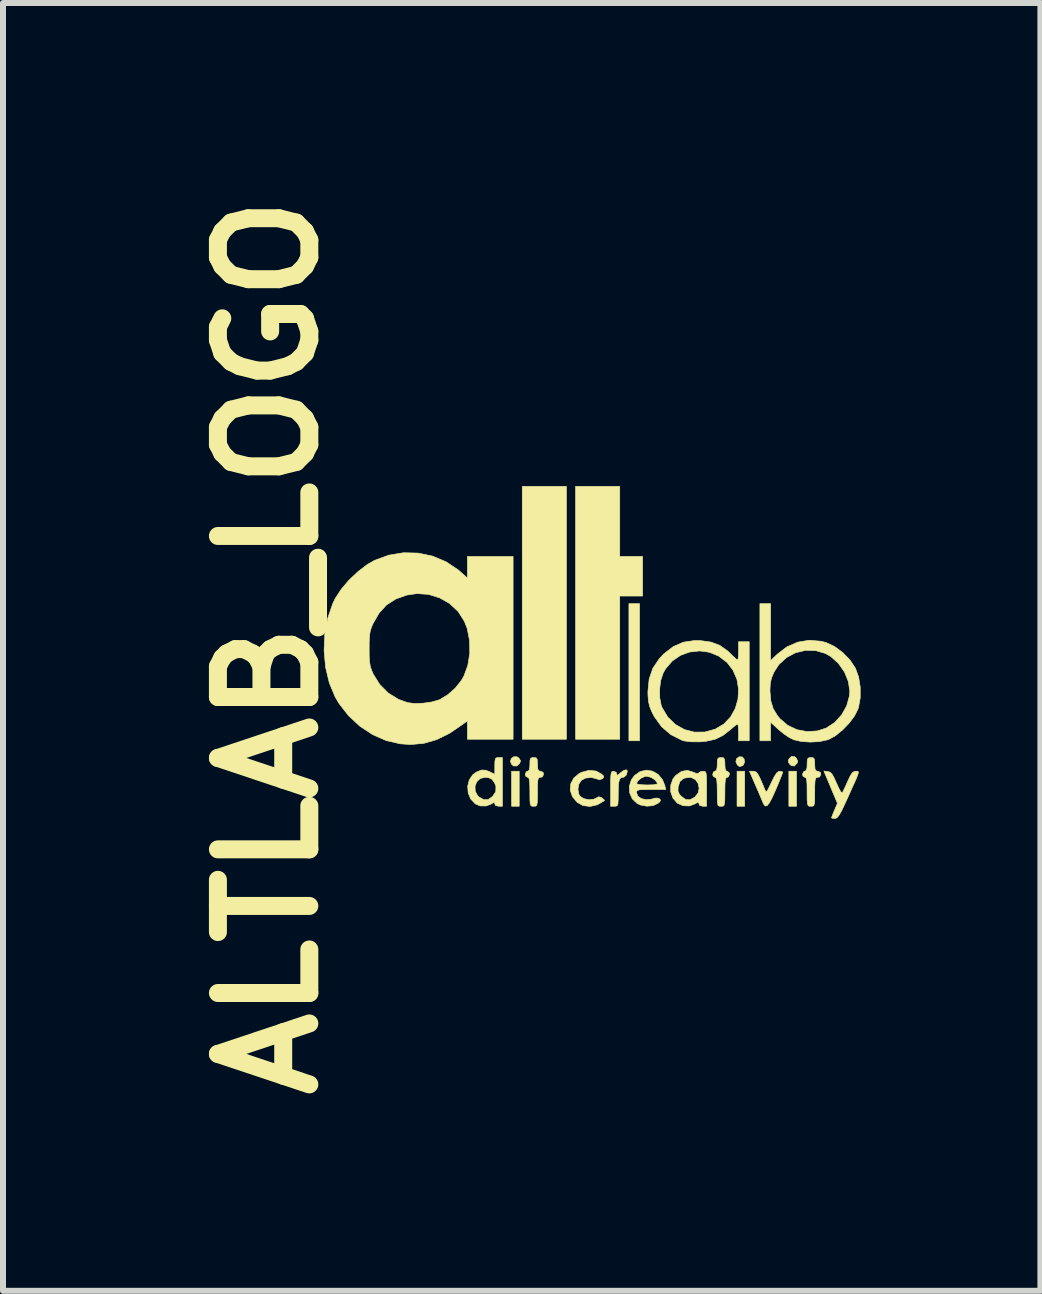
<source format=kicad_pcb>
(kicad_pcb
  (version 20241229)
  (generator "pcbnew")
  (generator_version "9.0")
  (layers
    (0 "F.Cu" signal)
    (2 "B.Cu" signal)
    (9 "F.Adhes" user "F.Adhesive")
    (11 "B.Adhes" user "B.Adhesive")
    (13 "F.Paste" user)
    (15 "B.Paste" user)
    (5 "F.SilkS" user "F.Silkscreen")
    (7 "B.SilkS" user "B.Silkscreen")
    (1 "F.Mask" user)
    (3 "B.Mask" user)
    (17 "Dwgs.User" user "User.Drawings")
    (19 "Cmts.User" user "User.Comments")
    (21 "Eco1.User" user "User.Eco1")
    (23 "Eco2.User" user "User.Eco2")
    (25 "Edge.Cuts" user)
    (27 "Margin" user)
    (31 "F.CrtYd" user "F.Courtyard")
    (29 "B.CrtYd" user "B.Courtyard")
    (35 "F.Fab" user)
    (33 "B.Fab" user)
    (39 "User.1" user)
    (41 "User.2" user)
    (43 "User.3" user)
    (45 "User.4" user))
  (footprint "ALTLAB_LOGO"
    (layer "F.Cu")
    (at 6.826 7.828)
    (property "Reference" "ALTLAB_LOGO" (at -5.408 -0.091 90) (layer "F.SilkS") (effects (font (size 1.524 1.524) (thickness 0.3))))
    (attr through_hole)
    (fp_poly (pts (xy -1.219 2.565) (xy -1.346 2.565) (xy -1.346 1.981) (xy -1.219 1.981) (xy -1.219 2.565)) (stroke (width 0.01) (type solid)) (fill yes) (layer "F.SilkS"))
    (fp_poly (pts (xy -0.432 1.448) (xy -1.168 1.448) (xy -1.168 -2.769) (xy -0.432 -2.769) (xy -0.432 1.448)) (stroke (width 0.01) (type solid)) (fill yes) (layer "F.SilkS"))
    (fp_poly (pts (xy 0.787 1.473) (xy 0.61 1.473) (xy 0.61 -0.813) (xy 0.787 -0.813) (xy 0.787 1.473)) (stroke (width 0.01) (type solid)) (fill yes) (layer "F.SilkS"))
    (fp_poly (pts (xy 2.54 2.565) (xy 2.413 2.565) (xy 2.413 1.981) (xy 2.54 1.981) (xy 2.54 2.565)) (stroke (width 0.01) (type solid)) (fill yes) (layer "F.SilkS"))
    (fp_poly (pts (xy 3.404 2.565) (xy 3.277 2.565) (xy 3.277 1.981) (xy 3.404 1.981) (xy 3.404 2.565)) (stroke (width 0.01) (type solid)) (fill yes) (layer "F.SilkS"))
    (fp_poly (pts (xy 0.457 -1.6) (xy 0.838 -1.6) (xy 0.838 -0.94) (xy 0.457 -0.94) (xy 0.457 1.448) (xy -0.279 1.448) (xy -0.279 -2.769) (xy 0.457 -2.769) (xy 0.457 -1.6)) (stroke (width 0.01) (type solid)) (fill yes) (layer "F.SilkS"))
    (fp_poly (pts (xy -1.257 1.74) (xy -1.224 1.762) (xy -1.197 1.806) (xy -1.21 1.848) (xy -1.259 1.893) (xy -1.313 1.893) (xy -1.345 1.868) (xy -1.366 1.815) (xy -1.35 1.768) (xy -1.309 1.739) (xy -1.257 1.74)) (stroke (width 0.01) (type solid)) (fill yes) (layer "F.SilkS"))
    (fp_poly (pts (xy 3.372 1.738) (xy 3.405 1.767) (xy 3.425 1.817) (xy 3.413 1.848) (xy 3.368 1.894) (xy 3.32 1.888) (xy 3.292 1.866) (xy 3.265 1.82) (xy 3.278 1.776) (xy 3.321 1.733) (xy 3.372 1.738)) (stroke (width 0.01) (type solid)) (fill yes) (layer "F.SilkS"))
    (fp_poly (pts (xy 2.499 1.742) (xy 2.531 1.777) (xy 2.538 1.83) (xy 2.518 1.877) (xy 2.5 1.89) (xy 2.461 1.903) (xy 2.438 1.894) (xy 2.418 1.875) (xy 2.393 1.823) (xy 2.405 1.773) (xy 2.444 1.741) (xy 2.499 1.742)) (stroke (width 0.01) (type solid)) (fill yes) (layer "F.SilkS"))
    (fp_poly (pts (xy 0.584 1.976) (xy 0.584 1.979) (xy 0.568 2.043) (xy 0.527 2.08) (xy 0.508 2.083) (xy 0.474 2.091) (xy 0.452 2.121) (xy 0.438 2.18) (xy 0.433 2.277) (xy 0.432 2.364) (xy 0.431 2.464) (xy 0.427 2.524) (xy 0.416 2.554) (xy 0.394 2.564) (xy 0.368 2.565) (xy 0.305 2.565) (xy 0.305 2.273) (xy 0.305 2.148) (xy 0.308 2.064) (xy 0.314 2.015) (xy 0.325 1.99) (xy 0.343 1.982) (xy 0.356 1.981) (xy 0.398 1.999) (xy 0.406 2.024) (xy 0.412 2.048) (xy 0.435 2.038) (xy 0.465 2.011) (xy 0.521 1.969) (xy 0.565 1.956) (xy 0.584 1.976)) (stroke (width 0.01) (type solid)) (fill yes) (layer "F.SilkS"))
    (fp_poly (pts (xy 2.712 1.985) (xy 2.737 2) (xy 2.764 2.035) (xy 2.796 2.098) (xy 2.838 2.194) (xy 2.876 2.286) (xy 2.89 2.315) (xy 2.905 2.319) (xy 2.925 2.293) (xy 2.957 2.23) (xy 2.987 2.165) (xy 3.036 2.067) (xy 3.074 2.009) (xy 3.108 1.984) (xy 3.123 1.981) (xy 3.165 1.988) (xy 3.175 1.997) (xy 3.166 2.025) (xy 3.14 2.09) (xy 3.103 2.183) (xy 3.058 2.289) (xy 2.998 2.423) (xy 2.95 2.512) (xy 2.912 2.557) (xy 2.881 2.56) (xy 2.854 2.526) (xy 2.847 2.508) (xy 2.827 2.461) (xy 2.793 2.38) (xy 2.75 2.28) (xy 2.722 2.216) (xy 2.62 1.981) (xy 2.683 1.981) (xy 2.712 1.985)) (stroke (width 0.01) (type solid)) (fill yes) (layer "F.SilkS"))
    (fp_poly (pts (xy 0.063 1.978) (xy 0.153 2.028) (xy 0.19 2.063) (xy 0.187 2.088) (xy 0.169 2.105) (xy 0.121 2.124) (xy 0.079 2.11) (xy -0.014 2.085) (xy -0.112 2.095) (xy -0.18 2.13) (xy -0.224 2.194) (xy -0.24 2.279) (xy -0.226 2.362) (xy -0.206 2.397) (xy -0.143 2.438) (xy -0.059 2.456) (xy 0.025 2.447) (xy 0.058 2.431) (xy 0.108 2.407) (xy 0.147 2.417) (xy 0.164 2.428) (xy 0.197 2.458) (xy 0.201 2.472) (xy 0.083 2.541) (xy -0.039 2.568) (xy -0.157 2.553) (xy -0.252 2.5) (xy -0.332 2.405) (xy -0.368 2.299) (xy -0.36 2.193) (xy -0.31 2.096) (xy -0.219 2.019) (xy -0.183 2.001) (xy -0.055 1.966) (xy 0.063 1.978)) (stroke (width 0.01) (type solid)) (fill yes) (layer "F.SilkS"))
    (fp_poly (pts (xy 3.927 1.986) (xy 3.964 1.997) (xy 3.996 2.028) (xy 4.03 2.087) (xy 4.071 2.179) (xy 4.109 2.263) (xy 4.141 2.321) (xy 4.162 2.345) (xy 4.165 2.344) (xy 4.183 2.312) (xy 4.214 2.247) (xy 4.252 2.162) (xy 4.256 2.153) (xy 4.299 2.062) (xy 4.332 2.01) (xy 4.364 1.986) (xy 4.391 1.982) (xy 4.414 1.981) (xy 4.43 1.984) (xy 4.436 1.996) (xy 4.431 2.024) (xy 4.413 2.074) (xy 4.38 2.152) (xy 4.329 2.264) (xy 4.261 2.416) (xy 4.26 2.419) (xy 4.197 2.555) (xy 4.15 2.652) (xy 4.114 2.715) (xy 4.085 2.75) (xy 4.06 2.766) (xy 4.045 2.768) (xy 4 2.764) (xy 3.988 2.758) (xy 3.997 2.731) (xy 4.02 2.672) (xy 4.037 2.632) (xy 4.087 2.516) (xy 3.974 2.247) (xy 3.861 1.978) (xy 3.927 1.986)) (stroke (width 0.01) (type solid)) (fill yes) (layer "F.SilkS"))
    (fp_poly (pts (xy 2.185 1.757) (xy 2.204 1.781) (xy 2.21 1.836) (xy 2.21 1.867) (xy 2.215 1.942) (xy 2.232 1.977) (xy 2.248 1.981) (xy 2.279 2.002) (xy 2.286 2.032) (xy 2.27 2.073) (xy 2.248 2.083) (xy 2.23 2.091) (xy 2.218 2.123) (xy 2.212 2.186) (xy 2.21 2.289) (xy 2.21 2.324) (xy 2.209 2.436) (xy 2.206 2.506) (xy 2.198 2.545) (xy 2.183 2.562) (xy 2.157 2.565) (xy 2.146 2.565) (xy 2.117 2.564) (xy 2.098 2.552) (xy 2.088 2.522) (xy 2.084 2.462) (xy 2.083 2.365) (xy 2.083 2.324) (xy 2.081 2.209) (xy 2.076 2.136) (xy 2.066 2.097) (xy 2.05 2.083) (xy 2.045 2.083) (xy 2.014 2.062) (xy 2.007 2.032) (xy 2.022 1.991) (xy 2.045 1.981) (xy 2.07 1.966) (xy 2.081 1.915) (xy 2.083 1.867) (xy 2.085 1.796) (xy 2.098 1.763) (xy 2.129 1.753) (xy 2.146 1.753) (xy 2.185 1.757)) (stroke (width 0.01) (type solid)) (fill yes) (layer "F.SilkS"))
    (fp_poly (pts (xy -1.499 2.565) (xy -1.562 2.565) (xy -1.614 2.552) (xy -1.626 2.526) (xy -1.63 2.501) (xy -1.653 2.506) (xy -1.682 2.526) (xy -1.77 2.56) (xy -1.87 2.559) (xy -1.95 2.526) (xy -2.028 2.444) (xy -2.07 2.342) (xy -2.078 2.233) (xy -1.956 2.233) (xy -1.952 2.313) (xy -1.914 2.387) (xy -1.889 2.411) (xy -1.808 2.456) (xy -1.736 2.453) (xy -1.663 2.402) (xy -1.663 2.401) (xy -1.61 2.321) (xy -1.607 2.235) (xy -1.629 2.176) (xy -1.672 2.116) (xy -1.728 2.089) (xy -1.796 2.083) (xy -1.873 2.104) (xy -1.928 2.158) (xy -1.956 2.233) (xy -2.078 2.233) (xy -2.078 2.232) (xy -2.052 2.127) (xy -1.993 2.039) (xy -1.931 1.994) (xy -1.848 1.961) (xy -1.776 1.964) (xy -1.701 1.995) (xy -1.626 2.033) (xy -1.626 1.893) (xy -1.624 1.813) (xy -1.615 1.771) (xy -1.594 1.755) (xy -1.562 1.753) (xy -1.499 1.753) (xy -1.499 2.565)) (stroke (width 0.01) (type solid)) (fill yes) (layer "F.SilkS"))
    (fp_poly (pts (xy -0.939 1.757) (xy -0.92 1.781) (xy -0.915 1.836) (xy -0.914 1.867) (xy -0.911 1.938) (xy -0.897 1.972) (xy -0.867 1.981) (xy -0.864 1.981) (xy -0.821 1.999) (xy -0.813 2.032) (xy -0.831 2.074) (xy -0.864 2.083) (xy -0.887 2.086) (xy -0.902 2.104) (xy -0.91 2.144) (xy -0.914 2.216) (xy -0.914 2.324) (xy -0.915 2.436) (xy -0.918 2.506) (xy -0.926 2.545) (xy -0.941 2.562) (xy -0.967 2.565) (xy -0.978 2.565) (xy -1.007 2.564) (xy -1.026 2.552) (xy -1.036 2.522) (xy -1.04 2.462) (xy -1.041 2.365) (xy -1.041 2.324) (xy -1.043 2.209) (xy -1.048 2.136) (xy -1.058 2.097) (xy -1.074 2.083) (xy -1.079 2.083) (xy -1.111 2.062) (xy -1.118 2.032) (xy -1.102 1.991) (xy -1.079 1.981) (xy -1.054 1.966) (xy -1.043 1.915) (xy -1.041 1.867) (xy -1.039 1.796) (xy -1.026 1.763) (xy -0.995 1.753) (xy -0.978 1.753) (xy -0.939 1.757)) (stroke (width 0.01) (type solid)) (fill yes) (layer "F.SilkS"))
    (fp_poly (pts (xy 3.684 1.757) (xy 3.703 1.781) (xy 3.708 1.836) (xy 3.708 1.867) (xy 3.712 1.938) (xy 3.726 1.972) (xy 3.756 1.981) (xy 3.759 1.981) (xy 3.802 1.999) (xy 3.81 2.032) (xy 3.792 2.074) (xy 3.759 2.083) (xy 3.736 2.086) (xy 3.721 2.104) (xy 3.713 2.144) (xy 3.709 2.216) (xy 3.708 2.324) (xy 3.708 2.436) (xy 3.705 2.506) (xy 3.697 2.545) (xy 3.681 2.562) (xy 3.656 2.565) (xy 3.645 2.565) (xy 3.615 2.564) (xy 3.597 2.552) (xy 3.587 2.522) (xy 3.582 2.462) (xy 3.581 2.365) (xy 3.581 2.324) (xy 3.58 2.209) (xy 3.575 2.136) (xy 3.565 2.097) (xy 3.549 2.083) (xy 3.543 2.083) (xy 3.512 2.062) (xy 3.505 2.032) (xy 3.521 1.991) (xy 3.543 1.981) (xy 3.568 1.966) (xy 3.58 1.915) (xy 3.581 1.867) (xy 3.584 1.796) (xy 3.597 1.763) (xy 3.628 1.753) (xy 3.645 1.753) (xy 3.684 1.757)) (stroke (width 0.01) (type solid)) (fill yes) (layer "F.SilkS"))
    (fp_poly (pts (xy 1.679 1.995) (xy 1.742 2.021) (xy 1.771 2.013) (xy 1.773 2.01) (xy 1.802 1.988) (xy 1.844 1.981) (xy 1.87 1.983) (xy 1.887 1.993) (xy 1.898 2.02) (xy 1.903 2.074) (xy 1.905 2.162) (xy 1.905 2.273) (xy 1.905 2.565) (xy 1.841 2.565) (xy 1.79 2.551) (xy 1.778 2.524) (xy 1.774 2.498) (xy 1.752 2.502) (xy 1.715 2.524) (xy 1.619 2.56) (xy 1.512 2.556) (xy 1.418 2.513) (xy 1.344 2.429) (xy 1.307 2.324) (xy 1.307 2.312) (xy 1.428 2.312) (xy 1.452 2.366) (xy 1.482 2.398) (xy 1.556 2.452) (xy 1.628 2.457) (xy 1.708 2.414) (xy 1.711 2.411) (xy 1.764 2.343) (xy 1.781 2.264) (xy 1.764 2.185) (xy 1.719 2.121) (xy 1.649 2.086) (xy 1.616 2.083) (xy 1.521 2.099) (xy 1.461 2.152) (xy 1.431 2.24) (xy 1.428 2.312) (xy 1.307 2.312) (xy 1.308 2.211) (xy 1.346 2.107) (xy 1.391 2.051) (xy 1.487 1.984) (xy 1.582 1.966) (xy 1.679 1.995)) (stroke (width 0.01) (type solid)) (fill yes) (layer "F.SilkS"))
    (fp_poly (pts (xy 1.004 1.98) (xy 1.097 2.034) (xy 1.17 2.122) (xy 1.208 2.216) (xy 1.225 2.286) (xy 0.981 2.286) (xy 0.868 2.287) (xy 0.796 2.29) (xy 0.757 2.299) (xy 0.74 2.314) (xy 0.737 2.336) (xy 0.759 2.397) (xy 0.817 2.437) (xy 0.899 2.455) (xy 0.994 2.445) (xy 1.041 2.43) (xy 1.094 2.429) (xy 1.118 2.439) (xy 1.139 2.462) (xy 1.124 2.49) (xy 1.096 2.515) (xy 1.014 2.554) (xy 0.91 2.564) (xy 0.804 2.544) (xy 0.747 2.518) (xy 0.666 2.441) (xy 0.623 2.342) (xy 0.617 2.232) (xy 0.632 2.186) (xy 0.737 2.186) (xy 0.76 2.198) (xy 0.821 2.206) (xy 0.908 2.21) (xy 0.917 2.21) (xy 1.018 2.207) (xy 1.073 2.197) (xy 1.087 2.181) (xy 1.086 2.18) (xy 1.046 2.125) (xy 0.978 2.083) (xy 0.906 2.064) (xy 0.88 2.067) (xy 0.814 2.096) (xy 0.761 2.14) (xy 0.737 2.184) (xy 0.737 2.186) (xy 0.632 2.186) (xy 0.651 2.124) (xy 0.702 2.054) (xy 0.796 1.987) (xy 0.9 1.963) (xy 1.004 1.98)) (stroke (width 0.01) (type solid)) (fill yes) (layer "F.SilkS"))
    (fp_poly (pts (xy 2.972 0.138) (xy 3.08 0.033) (xy 3.243 -0.092) (xy 3.424 -0.171) (xy 3.617 -0.203) (xy 3.816 -0.186) (xy 3.899 -0.164) (xy 4.038 -0.099) (xy 4.175 0.002) (xy 4.297 0.128) (xy 4.387 0.264) (xy 4.387 0.264) (xy 4.44 0.41) (xy 4.467 0.58) (xy 4.467 0.755) (xy 4.439 0.915) (xy 4.429 0.945) (xy 4.371 1.06) (xy 4.281 1.18) (xy 4.171 1.294) (xy 4.054 1.389) (xy 3.942 1.451) (xy 3.926 1.456) (xy 3.791 1.486) (xy 3.635 1.495) (xy 3.481 1.484) (xy 3.359 1.456) (xy 3.284 1.419) (xy 3.194 1.358) (xy 3.111 1.291) (xy 2.972 1.163) (xy 2.972 1.473) (xy 2.794 1.473) (xy 2.794 0.617) (xy 2.962 0.617) (xy 2.962 0.647) (xy 2.976 0.807) (xy 3.015 0.937) (xy 3.087 1.055) (xy 3.127 1.104) (xy 3.257 1.215) (xy 3.411 1.288) (xy 3.58 1.32) (xy 3.752 1.309) (xy 3.9 1.261) (xy 4.041 1.169) (xy 4.157 1.041) (xy 4.242 0.889) (xy 4.287 0.725) (xy 4.293 0.648) (xy 4.269 0.485) (xy 4.204 0.326) (xy 4.104 0.184) (xy 3.979 0.07) (xy 3.886 0.017) (xy 3.72 -0.031) (xy 3.551 -0.034) (xy 3.387 0.006) (xy 3.238 0.085) (xy 3.113 0.199) (xy 3.03 0.326) (xy 2.989 0.422) (xy 2.968 0.51) (xy 2.962 0.617) (xy 2.794 0.617) (xy 2.794 -0.813) (xy 2.972 -0.813) (xy 2.972 0.138)) (stroke (width 0.01) (type solid)) (fill yes) (layer "F.SilkS"))
    (fp_poly (pts (xy 1.803 -0.197) (xy 1.98 -0.172) (xy 2.126 -0.117) (xy 2.257 -0.024) (xy 2.309 0.026) (xy 2.366 0.082) (xy 2.408 0.118) (xy 2.423 0.127) (xy 2.431 0.104) (xy 2.437 0.044) (xy 2.438 -0.025) (xy 2.438 -0.178) (xy 2.616 -0.178) (xy 2.616 1.473) (xy 2.438 1.473) (xy 2.438 1.333) (xy 2.436 1.257) (xy 2.429 1.206) (xy 2.422 1.194) (xy 2.396 1.209) (xy 2.346 1.249) (xy 2.309 1.282) (xy 2.178 1.384) (xy 2.045 1.449) (xy 1.894 1.482) (xy 1.791 1.491) (xy 1.645 1.49) (xy 1.533 1.476) (xy 1.496 1.465) (xy 1.309 1.371) (xy 1.156 1.24) (xy 1.033 1.07) (xy 0.993 0.992) (xy 0.956 0.902) (xy 0.936 0.816) (xy 0.928 0.712) (xy 0.927 0.648) (xy 0.931 0.609) (xy 1.122 0.609) (xy 1.124 0.755) (xy 1.148 0.882) (xy 1.162 0.918) (xy 1.258 1.078) (xy 1.385 1.201) (xy 1.535 1.286) (xy 1.701 1.329) (xy 1.876 1.327) (xy 2.05 1.279) (xy 2.193 1.194) (xy 2.305 1.076) (xy 2.384 0.934) (xy 2.429 0.776) (xy 2.438 0.611) (xy 2.411 0.447) (xy 2.344 0.294) (xy 2.246 0.167) (xy 2.107 0.061) (xy 1.951 -0.003) (xy 1.788 -0.025) (xy 1.625 -0.007) (xy 1.47 0.049) (xy 1.333 0.143) (xy 1.222 0.272) (xy 1.181 0.344) (xy 1.141 0.465) (xy 1.122 0.609) (xy 0.931 0.609) (xy 0.948 0.443) (xy 1.01 0.263) (xy 1.119 0.102) (xy 1.197 0.02) (xy 1.351 -0.098) (xy 1.516 -0.17) (xy 1.701 -0.198) (xy 1.803 -0.197)) (stroke (width 0.01) (type solid)) (fill yes) (layer "F.SilkS"))
    (fp_poly (pts (xy -2.903 -1.656) (xy -2.664 -1.606) (xy -2.44 -1.512) (xy -2.236 -1.376) (xy -2.203 -1.347) (xy -2.083 -1.24) (xy -2.083 -1.6) (xy -1.321 -1.6) (xy -1.321 1.448) (xy -2.083 1.448) (xy -2.083 1.139) (xy -2.153 1.193) (xy -2.376 1.346) (xy -2.593 1.453) (xy -2.808 1.516) (xy -3.028 1.536) (xy -3.201 1.524) (xy -3.437 1.47) (xy -3.664 1.37) (xy -3.876 1.23) (xy -4.065 1.055) (xy -4.223 0.852) (xy -4.287 0.744) (xy -4.385 0.509) (xy -4.447 0.249) (xy -4.472 -0.024) (xy -4.471 -0.064) (xy -3.721 -0.064) (xy -3.72 0.066) (xy -3.714 0.16) (xy -3.702 0.231) (xy -3.681 0.296) (xy -3.654 0.359) (xy -3.545 0.534) (xy -3.401 0.678) (xy -3.229 0.784) (xy -3.08 0.837) (xy -2.964 0.852) (xy -2.823 0.847) (xy -2.681 0.827) (xy -2.558 0.792) (xy -2.541 0.785) (xy -2.412 0.707) (xy -2.287 0.597) (xy -2.184 0.468) (xy -2.144 0.401) (xy -2.076 0.217) (xy -2.043 0.012) (xy -2.047 -0.198) (xy -2.086 -0.399) (xy -2.134 -0.521) (xy -2.239 -0.684) (xy -2.379 -0.815) (xy -2.546 -0.91) (xy -2.73 -0.967) (xy -2.924 -0.981) (xy -3.094 -0.956) (xy -3.28 -0.889) (xy -3.431 -0.792) (xy -3.554 -0.658) (xy -3.655 -0.483) (xy -3.685 -0.414) (xy -3.704 -0.349) (xy -3.715 -0.276) (xy -3.72 -0.179) (xy -3.721 -0.064) (xy -4.471 -0.064) (xy -4.461 -0.299) (xy -4.413 -0.566) (xy -4.328 -0.813) (xy -4.288 -0.897) (xy -4.189 -1.05) (xy -4.058 -1.205) (xy -3.906 -1.348) (xy -3.749 -1.468) (xy -3.629 -1.536) (xy -3.392 -1.622) (xy -3.147 -1.662) (xy -2.903 -1.656)) (stroke (width 0.01) (type solid)) (fill yes) (layer "F.SilkS")))
  (gr_rect
    (start -3 -3)
    (end 14.297 18.472)
    (stroke (width 0.1) (type default))
    (fill no)
    (layer "Edge.Cuts")))
</source>
